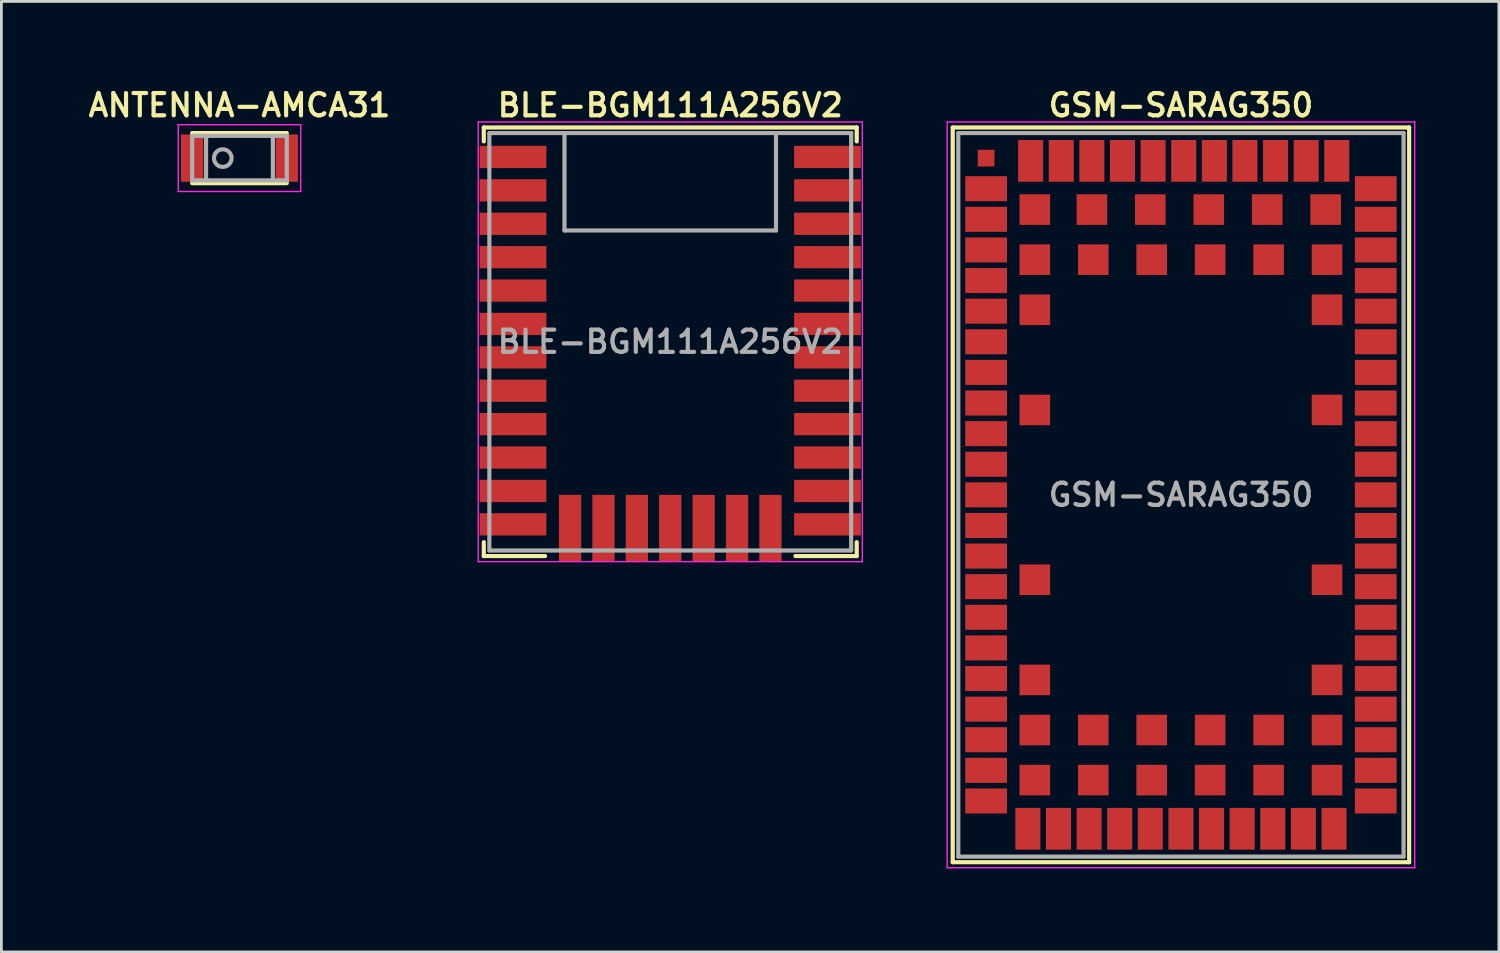
<source format=kicad_pcb>
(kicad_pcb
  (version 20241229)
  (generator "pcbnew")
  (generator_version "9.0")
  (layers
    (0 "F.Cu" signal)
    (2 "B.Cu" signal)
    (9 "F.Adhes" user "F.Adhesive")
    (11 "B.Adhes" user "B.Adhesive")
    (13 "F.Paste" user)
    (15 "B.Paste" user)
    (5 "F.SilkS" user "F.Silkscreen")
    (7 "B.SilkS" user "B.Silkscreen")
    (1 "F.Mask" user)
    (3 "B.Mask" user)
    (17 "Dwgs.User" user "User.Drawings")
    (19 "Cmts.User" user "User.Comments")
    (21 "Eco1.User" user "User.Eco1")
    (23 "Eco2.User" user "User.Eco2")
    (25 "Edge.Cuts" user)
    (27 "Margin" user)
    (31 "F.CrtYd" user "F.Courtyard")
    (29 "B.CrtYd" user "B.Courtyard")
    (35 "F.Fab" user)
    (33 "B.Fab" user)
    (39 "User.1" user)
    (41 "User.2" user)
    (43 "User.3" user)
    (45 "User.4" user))
  (footprint "GSM-SARAG350"
    (layer "F.Cu")
    (at 39.384 14.731)
    (property "Reference" "GSM-SARAG350" (at 0 -14 0) (layer "F.SilkS") (effects (font (size 0.8 0.8) (thickness 0.15))))
    (attr through_hole)
    (fp_line (start -8.2 -13.2) (end 8.2 -13.2) (stroke (width 0.15) (type solid)) (layer "F.SilkS"))
    (fp_line (start -8.2 13.2) (end -8.2 -13.2) (stroke (width 0.15) (type solid)) (layer "F.SilkS"))
    (fp_line (start 8.2 -13.2) (end 8.2 13.2) (stroke (width 0.15) (type solid)) (layer "F.SilkS"))
    (fp_line (start 8.2 13.2) (end -8.2 13.2) (stroke (width 0.15) (type solid)) (layer "F.SilkS"))
    (fp_line (start -8.4 -13.4) (end 8.4 -13.4) (stroke (width 0.05) (type solid)) (layer "F.CrtYd"))
    (fp_line (start -8.4 13.4) (end -8.4 -13.4) (stroke (width 0.05) (type solid)) (layer "F.CrtYd"))
    (fp_line (start 8.4 -13.4) (end 8.4 13.4) (stroke (width 0.05) (type solid)) (layer "F.CrtYd"))
    (fp_line (start 8.4 13.4) (end -8.4 13.4) (stroke (width 0.05) (type solid)) (layer "F.CrtYd"))
    (fp_line (start -8 -13) (end -8 13) (stroke (width 0.15) (type solid)) (layer "F.Fab"))
    (fp_line (start -8 13) (end 8 13) (stroke (width 0.15) (type solid)) (layer "F.Fab"))
    (fp_line (start 8 -13) (end -8 -13) (stroke (width 0.15) (type solid)) (layer "F.Fab"))
    (fp_line (start 8 13) (end 8 -13) (stroke (width 0.15) (type solid)) (layer "F.Fab"))
    (fp_text user "${REFERENCE}" (at 0 0 0) (layer "F.Fab") (effects (font (size 0.8 0.8) (thickness 0.15))))
    (pad "" smd rect (at -7 -12.1) (size 0.6 0.6) (layers "F.Cu" "F.Mask" "F.Paste"))
    (pad "1" smd rect (at -7 -11 90) (size 0.9 1.5) (layers "F.Cu" "F.Mask" "F.Paste"))
    (pad "2" smd rect (at -7 -9.9 90) (size 0.9 1.5) (layers "F.Cu" "F.Mask" "F.Paste"))
    (pad "3" smd rect (at -7 -8.8 90) (size 0.9 1.5) (layers "F.Cu" "F.Mask" "F.Paste"))
    (pad "4" smd rect (at -7 -7.7 90) (size 0.9 1.5) (layers "F.Cu" "F.Mask" "F.Paste"))
    (pad "5" smd rect (at -7 -6.6 90) (size 0.9 1.5) (layers "F.Cu" "F.Mask" "F.Paste"))
    (pad "6" smd rect (at -7 -5.5 90) (size 0.9 1.5) (layers "F.Cu" "F.Mask" "F.Paste"))
    (pad "7" smd rect (at -7 -4.4 90) (size 0.9 1.5) (layers "F.Cu" "F.Mask" "F.Paste"))
    (pad "8" smd rect (at -7 -3.3 90) (size 0.9 1.5) (layers "F.Cu" "F.Mask" "F.Paste"))
    (pad "9" smd rect (at -7 -2.2 90) (size 0.9 1.5) (layers "F.Cu" "F.Mask" "F.Paste"))
    (pad "10" smd rect (at -7 -1.1 90) (size 0.9 1.5) (layers "F.Cu" "F.Mask" "F.Paste"))
    (pad "11" smd rect (at -7 0 90) (size 0.9 1.5) (layers "F.Cu" "F.Mask" "F.Paste"))
    (pad "12" smd rect (at -7 1.1 90) (size 0.9 1.5) (layers "F.Cu" "F.Mask" "F.Paste"))
    (pad "13" smd rect (at -7 2.2 90) (size 0.9 1.5) (layers "F.Cu" "F.Mask" "F.Paste"))
    (pad "14" smd rect (at -7 3.3 90) (size 0.9 1.5) (layers "F.Cu" "F.Mask" "F.Paste"))
    (pad "15" smd rect (at -7 4.4 90) (size 0.9 1.5) (layers "F.Cu" "F.Mask" "F.Paste"))
    (pad "16" smd rect (at -7 5.5 90) (size 0.9 1.5) (layers "F.Cu" "F.Mask" "F.Paste"))
    (pad "17" smd rect (at -7 6.6 90) (size 0.9 1.5) (layers "F.Cu" "F.Mask" "F.Paste"))
    (pad "18" smd rect (at -7 7.7 90) (size 0.9 1.5) (layers "F.Cu" "F.Mask" "F.Paste"))
    (pad "19" smd rect (at -7 8.8 90) (size 0.9 1.5) (layers "F.Cu" "F.Mask" "F.Paste"))
    (pad "20" smd rect (at -7 9.9 90) (size 0.9 1.5) (layers "F.Cu" "F.Mask" "F.Paste"))
    (pad "21" smd rect (at -7 11 90) (size 0.9 1.5) (layers "F.Cu" "F.Mask" "F.Paste"))
    (pad "22" smd rect (at -5.5 12) (size 0.9 1.5) (layers "F.Cu" "F.Mask" "F.Paste"))
    (pad "23" smd rect (at -4.4 12) (size 0.9 1.5) (layers "F.Cu" "F.Mask" "F.Paste"))
    (pad "24" smd rect (at -3.3 12) (size 0.9 1.5) (layers "F.Cu" "F.Mask" "F.Paste"))
    (pad "25" smd rect (at -2.2 12) (size 0.9 1.5) (layers "F.Cu" "F.Mask" "F.Paste"))
    (pad "26" smd rect (at -1.1 12) (size 0.9 1.5) (layers "F.Cu" "F.Mask" "F.Paste"))
    (pad "27" smd rect (at 0 12) (size 0.9 1.5) (layers "F.Cu" "F.Mask" "F.Paste"))
    (pad "28" smd rect (at 1.1 12) (size 0.9 1.5) (layers "F.Cu" "F.Mask" "F.Paste"))
    (pad "29" smd rect (at 2.2 12) (size 0.9 1.5) (layers "F.Cu" "F.Mask" "F.Paste"))
    (pad "30" smd rect (at 3.3 12) (size 0.9 1.5) (layers "F.Cu" "F.Mask" "F.Paste"))
    (pad "31" smd rect (at 4.4 12) (size 0.9 1.5) (layers "F.Cu" "F.Mask" "F.Paste"))
    (pad "32" smd rect (at 5.5 12) (size 0.9 1.5) (layers "F.Cu" "F.Mask" "F.Paste"))
    (pad "33" smd rect (at 7 11 90) (size 0.9 1.5) (layers "F.Cu" "F.Mask" "F.Paste"))
    (pad "34" smd rect (at 7 9.9 90) (size 0.9 1.5) (layers "F.Cu" "F.Mask" "F.Paste"))
    (pad "35" smd rect (at 7 8.8 90) (size 0.9 1.5) (layers "F.Cu" "F.Mask" "F.Paste"))
    (pad "36" smd rect (at 7 7.7 90) (size 0.9 1.5) (layers "F.Cu" "F.Mask" "F.Paste"))
    (pad "37" smd rect (at 7 6.6 90) (size 0.9 1.5) (layers "F.Cu" "F.Mask" "F.Paste"))
    (pad "38" smd rect (at 7 5.5 90) (size 0.9 1.5) (layers "F.Cu" "F.Mask" "F.Paste"))
    (pad "39" smd rect (at 7 4.4 90) (size 0.9 1.5) (layers "F.Cu" "F.Mask" "F.Paste"))
    (pad "40" smd rect (at 7 3.3 90) (size 0.9 1.5) (layers "F.Cu" "F.Mask" "F.Paste"))
    (pad "41" smd rect (at 7 2.2 90) (size 0.9 1.5) (layers "F.Cu" "F.Mask" "F.Paste"))
    (pad "42" smd rect (at 7 1.1 90) (size 0.9 1.5) (layers "F.Cu" "F.Mask" "F.Paste"))
    (pad "43" smd rect (at 7 0 90) (size 0.9 1.5) (layers "F.Cu" "F.Mask" "F.Paste"))
    (pad "44" smd rect (at 7 -1.1 90) (size 0.9 1.5) (layers "F.Cu" "F.Mask" "F.Paste"))
    (pad "45" smd rect (at 7 -2.2 90) (size 0.9 1.5) (layers "F.Cu" "F.Mask" "F.Paste"))
    (pad "46" smd rect (at 7 -3.3 90) (size 0.9 1.5) (layers "F.Cu" "F.Mask" "F.Paste"))
    (pad "47" smd rect (at 7 -4.4 90) (size 0.9 1.5) (layers "F.Cu" "F.Mask" "F.Paste"))
    (pad "48" smd rect (at 7 -5.5 90) (size 0.9 1.5) (layers "F.Cu" "F.Mask" "F.Paste"))
    (pad "49" smd rect (at 7 -6.6 90) (size 0.9 1.5) (layers "F.Cu" "F.Mask" "F.Paste"))
    (pad "50" smd rect (at 7 -7.7 90) (size 0.9 1.5) (layers "F.Cu" "F.Mask" "F.Paste"))
    (pad "51" smd rect (at 7 -8.8 90) (size 0.9 1.5) (layers "F.Cu" "F.Mask" "F.Paste"))
    (pad "52" smd rect (at 7 -9.9 90) (size 0.9 1.5) (layers "F.Cu" "F.Mask" "F.Paste"))
    (pad "53" smd rect (at 7 -11 90) (size 0.9 1.5) (layers "F.Cu" "F.Mask" "F.Paste"))
    (pad "54" smd rect (at 5.6 -12) (size 0.9 1.5) (layers "F.Cu" "F.Mask" "F.Paste"))
    (pad "55" smd rect (at 4.5 -12) (size 0.9 1.5) (layers "F.Cu" "F.Mask" "F.Paste"))
    (pad "56" smd rect (at 3.4 -12) (size 0.9 1.5) (layers "F.Cu" "F.Mask" "F.Paste"))
    (pad "57" smd rect (at 2.3 -12) (size 0.9 1.5) (layers "F.Cu" "F.Mask" "F.Paste"))
    (pad "58" smd rect (at 1.2 -12) (size 0.9 1.5) (layers "F.Cu" "F.Mask" "F.Paste"))
    (pad "59" smd rect (at 0.1 -12) (size 0.9 1.5) (layers "F.Cu" "F.Mask" "F.Paste"))
    (pad "60" smd rect (at -1 -12) (size 0.9 1.5) (layers "F.Cu" "F.Mask" "F.Paste"))
    (pad "61" smd rect (at -2.1 -12) (size 0.9 1.5) (layers "F.Cu" "F.Mask" "F.Paste"))
    (pad "62" smd rect (at -3.2 -12) (size 0.9 1.5) (layers "F.Cu" "F.Mask" "F.Paste"))
    (pad "63" smd rect (at -4.3 -12) (size 0.9 1.5) (layers "F.Cu" "F.Mask" "F.Paste"))
    (pad "64" smd rect (at -5.4 -12) (size 0.9 1.5) (layers "F.Cu" "F.Mask" "F.Paste"))
    (pad "65" smd rect (at -5.25 -10.25) (size 1.1 1.1) (layers "F.Cu" "F.Mask" "F.Paste"))
    (pad "66" smd rect (at -3.2 -10.25) (size 1.1 1.1) (layers "F.Cu" "F.Mask" "F.Paste"))
    (pad "67" smd rect (at -1.1 -10.25) (size 1.1 1.1) (layers "F.Cu" "F.Mask" "F.Paste"))
    (pad "68" smd rect (at 1 -10.25) (size 1.1 1.1) (layers "F.Cu" "F.Mask" "F.Paste"))
    (pad "69" smd rect (at 3.1 -10.25) (size 1.1 1.1) (layers "F.Cu" "F.Mask" "F.Paste"))
    (pad "70" smd rect (at 5.2 -10.25) (size 1.1 1.1) (layers "F.Cu" "F.Mask" "F.Paste"))
    (pad "71" smd rect (at -5.25 -8.45) (size 1.1 1.1) (layers "F.Cu" "F.Mask" "F.Paste"))
    (pad "72" smd rect (at -3.15 -8.45) (size 1.1 1.1) (layers "F.Cu" "F.Mask" "F.Paste"))
    (pad "73" smd rect (at -1.05 -8.45) (size 1.1 1.1) (layers "F.Cu" "F.Mask" "F.Paste"))
    (pad "74" smd rect (at 1.05 -8.45) (size 1.1 1.1) (layers "F.Cu" "F.Mask" "F.Paste"))
    (pad "75" smd rect (at 3.15 -8.45) (size 1.1 1.1) (layers "F.Cu" "F.Mask" "F.Paste"))
    (pad "76" smd rect (at 5.25 -8.45) (size 1.1 1.1) (layers "F.Cu" "F.Mask" "F.Paste"))
    (pad "77" smd rect (at -5.25 -6.65) (size 1.1 1.1) (layers "F.Cu" "F.Mask" "F.Paste"))
    (pad "78" smd rect (at 5.25 -6.65) (size 1.1 1.1) (layers "F.Cu" "F.Mask" "F.Paste"))
    (pad "79" smd rect (at -5.25 -3.05) (size 1.1 1.1) (layers "F.Cu" "F.Mask" "F.Paste"))
    (pad "80" smd rect (at 5.25 -3.05) (size 1.1 1.1) (layers "F.Cu" "F.Mask" "F.Paste"))
    (pad "81" smd rect (at -5.25 3.05) (size 1.1 1.1) (layers "F.Cu" "F.Mask" "F.Paste"))
    (pad "82" smd rect (at 5.25 3.05) (size 1.1 1.1) (layers "F.Cu" "F.Mask" "F.Paste"))
    (pad "83" smd rect (at -5.25 6.65) (size 1.1 1.1) (layers "F.Cu" "F.Mask" "F.Paste"))
    (pad "84" smd rect (at 5.25 6.65) (size 1.1 1.1) (layers "F.Cu" "F.Mask" "F.Paste"))
    (pad "85" smd rect (at -5.25 8.45) (size 1.1 1.1) (layers "F.Cu" "F.Mask" "F.Paste"))
    (pad "86" smd rect (at -3.15 8.45) (size 1.1 1.1) (layers "F.Cu" "F.Mask" "F.Paste"))
    (pad "87" smd rect (at -1.05 8.45) (size 1.1 1.1) (layers "F.Cu" "F.Mask" "F.Paste"))
    (pad "88" smd rect (at 1.05 8.45) (size 1.1 1.1) (layers "F.Cu" "F.Mask" "F.Paste"))
    (pad "89" smd rect (at 3.15 8.45) (size 1.1 1.1) (layers "F.Cu" "F.Mask" "F.Paste"))
    (pad "90" smd rect (at 5.25 8.45) (size 1.1 1.1) (layers "F.Cu" "F.Mask" "F.Paste"))
    (pad "91" smd rect (at -5.25 10.25) (size 1.1 1.1) (layers "F.Cu" "F.Mask" "F.Paste"))
    (pad "92" smd rect (at -3.15 10.25) (size 1.1 1.1) (layers "F.Cu" "F.Mask" "F.Paste"))
    (pad "93" smd rect (at -1.05 10.25) (size 1.1 1.1) (layers "F.Cu" "F.Mask" "F.Paste"))
    (pad "94" smd rect (at 1.05 10.25) (size 1.1 1.1) (layers "F.Cu" "F.Mask" "F.Paste"))
    (pad "95" smd rect (at 3.15 10.25) (size 1.1 1.1) (layers "F.Cu" "F.Mask" "F.Paste"))
    (pad "96" smd rect (at 5.25 10.25) (size 1.1 1.1) (layers "F.Cu" "F.Mask" "F.Paste")))
  (footprint "BLE-BGM111A256V2"
    (layer "F.Cu")
    (at 21.034 9.231)
    (property "Reference" "BLE-BGM111A256V2" (at 0 -8.5 0) (layer "F.SilkS") (effects (font (size 0.8 0.8) (thickness 0.15))))
    (attr through_hole)
    (fp_line (start -6.7 -7.7) (end -6.7 -7.2) (stroke (width 0.15) (type solid)) (layer "F.SilkS"))
    (fp_line (start -6.7 -7.7) (end 6.7 -7.7) (stroke (width 0.15) (type solid)) (layer "F.SilkS"))
    (fp_line (start -6.7 7.7) (end -6.7 7.2) (stroke (width 0.15) (type solid)) (layer "F.SilkS"))
    (fp_line (start -6.7 7.7) (end -4.5 7.7) (stroke (width 0.15) (type solid)) (layer "F.SilkS"))
    (fp_line (start 6.7 -7.7) (end 6.7 -7.2) (stroke (width 0.15) (type solid)) (layer "F.SilkS"))
    (fp_line (start 6.7 7.7) (end 4.5 7.7) (stroke (width 0.15) (type solid)) (layer "F.SilkS"))
    (fp_line (start 6.7 7.7) (end 6.7 7.2) (stroke (width 0.15) (type solid)) (layer "F.SilkS"))
    (fp_line (start -6.9 -7.9) (end 6.9 -7.9) (stroke (width 0.05) (type solid)) (layer "F.CrtYd"))
    (fp_line (start -6.9 7.9) (end -6.9 -7.9) (stroke (width 0.05) (type solid)) (layer "F.CrtYd"))
    (fp_line (start 6.9 -7.9) (end 6.9 7.9) (stroke (width 0.05) (type solid)) (layer "F.CrtYd"))
    (fp_line (start 6.9 7.9) (end -6.9 7.9) (stroke (width 0.05) (type solid)) (layer "F.CrtYd"))
    (fp_line (start -6.5 -7.5) (end 6.5 -7.5) (stroke (width 0.15) (type solid)) (layer "F.Fab"))
    (fp_line (start -6.5 7.5) (end -6.5 -7.5) (stroke (width 0.15) (type solid)) (layer "F.Fab"))
    (fp_line (start -6.5 7.5) (end 6.5 7.5) (stroke (width 0.15) (type solid)) (layer "F.Fab"))
    (fp_line (start -3.8 -7.5) (end -3.8 -4) (stroke (width 0.15) (type solid)) (layer "F.Fab"))
    (fp_line (start -3.8 -4) (end 3.8 -4) (stroke (width 0.15) (type solid)) (layer "F.Fab"))
    (fp_line (start 3.8 -4) (end 3.8 -7.5) (stroke (width 0.15) (type solid)) (layer "F.Fab"))
    (fp_line (start 6.5 7.5) (end 6.5 -7.5) (stroke (width 0.15) (type solid)) (layer "F.Fab"))
    (fp_text user "${REFERENCE}" (at 0 0 0) (layer "F.Fab") (effects (font (size 0.8 0.8) (thickness 0.15))))
    (pad "1" smd rect (at -5.65 -6.64) (size 2.4 0.8) (layers "F.Cu" "F.Mask" "F.Paste"))
    (pad "2" smd rect (at -5.65 -5.44) (size 2.4 0.8) (layers "F.Cu" "F.Mask" "F.Paste"))
    (pad "3" smd rect (at -5.65 -4.24) (size 2.4 0.8) (layers "F.Cu" "F.Mask" "F.Paste"))
    (pad "4" smd rect (at -5.65 -3.04) (size 2.4 0.8) (layers "F.Cu" "F.Mask" "F.Paste"))
    (pad "5" smd rect (at -5.65 -1.84) (size 2.4 0.8) (layers "F.Cu" "F.Mask" "F.Paste"))
    (pad "6" smd rect (at -5.65 -0.64) (size 2.4 0.8) (layers "F.Cu" "F.Mask" "F.Paste"))
    (pad "7" smd rect (at -5.65 0.56) (size 2.4 0.8) (layers "F.Cu" "F.Mask" "F.Paste"))
    (pad "8" smd rect (at -5.65 1.76) (size 2.4 0.8) (layers "F.Cu" "F.Mask" "F.Paste"))
    (pad "9" smd rect (at -5.65 2.96) (size 2.4 0.8) (layers "F.Cu" "F.Mask" "F.Paste"))
    (pad "10" smd rect (at -5.65 4.16) (size 2.4 0.8) (layers "F.Cu" "F.Mask" "F.Paste"))
    (pad "11" smd rect (at -5.65 5.36) (size 2.4 0.8) (layers "F.Cu" "F.Mask" "F.Paste"))
    (pad "12" smd rect (at -5.65 6.56) (size 2.4 0.8) (layers "F.Cu" "F.Mask" "F.Paste"))
    (pad "13" smd rect (at -3.6 6.7 90) (size 2.4 0.8) (layers "F.Cu" "F.Mask" "F.Paste"))
    (pad "14" smd rect (at -2.4 6.7 90) (size 2.4 0.8) (layers "F.Cu" "F.Mask" "F.Paste"))
    (pad "15" smd rect (at -1.2 6.7 90) (size 2.4 0.8) (layers "F.Cu" "F.Mask" "F.Paste"))
    (pad "16" smd rect (at 0 6.7 90) (size 2.4 0.8) (layers "F.Cu" "F.Mask" "F.Paste"))
    (pad "17" smd rect (at 1.2 6.7 90) (size 2.4 0.8) (layers "F.Cu" "F.Mask" "F.Paste"))
    (pad "18" smd rect (at 2.4 6.7 90) (size 2.4 0.8) (layers "F.Cu" "F.Mask" "F.Paste"))
    (pad "19" smd rect (at 3.6 6.7 90) (size 2.4 0.8) (layers "F.Cu" "F.Mask" "F.Paste"))
    (pad "20" smd rect (at 5.65 6.56) (size 2.4 0.8) (layers "F.Cu" "F.Mask" "F.Paste"))
    (pad "21" smd rect (at 5.65 5.36) (size 2.4 0.8) (layers "F.Cu" "F.Mask" "F.Paste"))
    (pad "22" smd rect (at 5.65 4.16) (size 2.4 0.8) (layers "F.Cu" "F.Mask" "F.Paste"))
    (pad "23" smd rect (at 5.65 2.96) (size 2.4 0.8) (layers "F.Cu" "F.Mask" "F.Paste"))
    (pad "24" smd rect (at 5.65 1.76) (size 2.4 0.8) (layers "F.Cu" "F.Mask" "F.Paste"))
    (pad "25" smd rect (at 5.65 0.56) (size 2.4 0.8) (layers "F.Cu" "F.Mask" "F.Paste"))
    (pad "26" smd rect (at 5.65 -0.64) (size 2.4 0.8) (layers "F.Cu" "F.Mask" "F.Paste"))
    (pad "27" smd rect (at 5.65 -1.84) (size 2.4 0.8) (layers "F.Cu" "F.Mask" "F.Paste"))
    (pad "28" smd rect (at 5.65 -3.04) (size 2.4 0.8) (layers "F.Cu" "F.Mask" "F.Paste"))
    (pad "29" smd rect (at 5.65 -4.24) (size 2.4 0.8) (layers "F.Cu" "F.Mask" "F.Paste"))
    (pad "30" smd rect (at 5.65 -5.44) (size 2.4 0.8) (layers "F.Cu" "F.Mask" "F.Paste"))
    (pad "31" smd rect (at 5.65 -6.64) (size 2.4 0.8) (layers "F.Cu" "F.Mask" "F.Paste")))
  (footprint "ANTENNA-AMCA31"
    (layer "F.Cu")
    (at 5.555 2.631)
    (property "Reference" "ANTENNA-AMCA31" (at 0 -1.9 0) (layer "F.SilkS") (effects (font (size 0.8 0.8) (thickness 0.15))))
    (attr smd)
    (fp_line (start -1.7 -0.9) (end 1.7 -0.9) (stroke (width 0.15) (type solid)) (layer "F.SilkS"))
    (fp_line (start -1.7 0.9) (end 1.7 0.9) (stroke (width 0.15) (type solid)) (layer "F.SilkS"))
    (fp_line (start -2.2 -1.2) (end -2.2 1.2) (stroke (width 0.05) (type solid)) (layer "F.CrtYd"))
    (fp_line (start -2.2 -1.2) (end 2.2 -1.2) (stroke (width 0.05) (type solid)) (layer "F.CrtYd"))
    (fp_line (start -2.2 1.2) (end 2.2 1.2) (stroke (width 0.05) (type solid)) (layer "F.CrtYd"))
    (fp_line (start 2.2 -1.2) (end 2.2 1.2) (stroke (width 0.05) (type solid)) (layer "F.CrtYd"))
    (fp_line (start -1.7 -0.8) (end 1.7 -0.8) (stroke (width 0.15) (type solid)) (layer "F.Fab"))
    (fp_line (start -1.7 0.8) (end -1.7 -0.8) (stroke (width 0.15) (type solid)) (layer "F.Fab"))
    (fp_line (start -1.2 -0.8) (end -1.2 0.8) (stroke (width 0.15) (type solid)) (layer "F.Fab"))
    (fp_line (start 1.2 -0.8) (end 1.2 0.8) (stroke (width 0.15) (type solid)) (layer "F.Fab"))
    (fp_line (start 1.7 -0.8) (end 1.7 0.8) (stroke (width 0.15) (type solid)) (layer "F.Fab"))
    (fp_line (start 1.7 0.8) (end -1.7 0.8) (stroke (width 0.15) (type solid)) (layer "F.Fab"))
    (fp_circle (center -0.6 0) (end -0.3 0.1) (stroke (width 0.15) (type solid)) (fill no) (layer "F.Fab"))
    (pad "1" smd rect (at -1.7 0) (size 0.8 1.7) (layers "F.Cu" "F.Mask" "F.Paste"))
    (pad "2" smd rect (at 1.7 0) (size 0.8 1.7) (layers "F.Cu" "F.Mask" "F.Paste")))
  (gr_rect
    (start -3 -3)
    (end 50.809 31.156)
    (stroke (width 0.1) (type default))
    (fill no)
    (layer "Edge.Cuts")))
</source>
